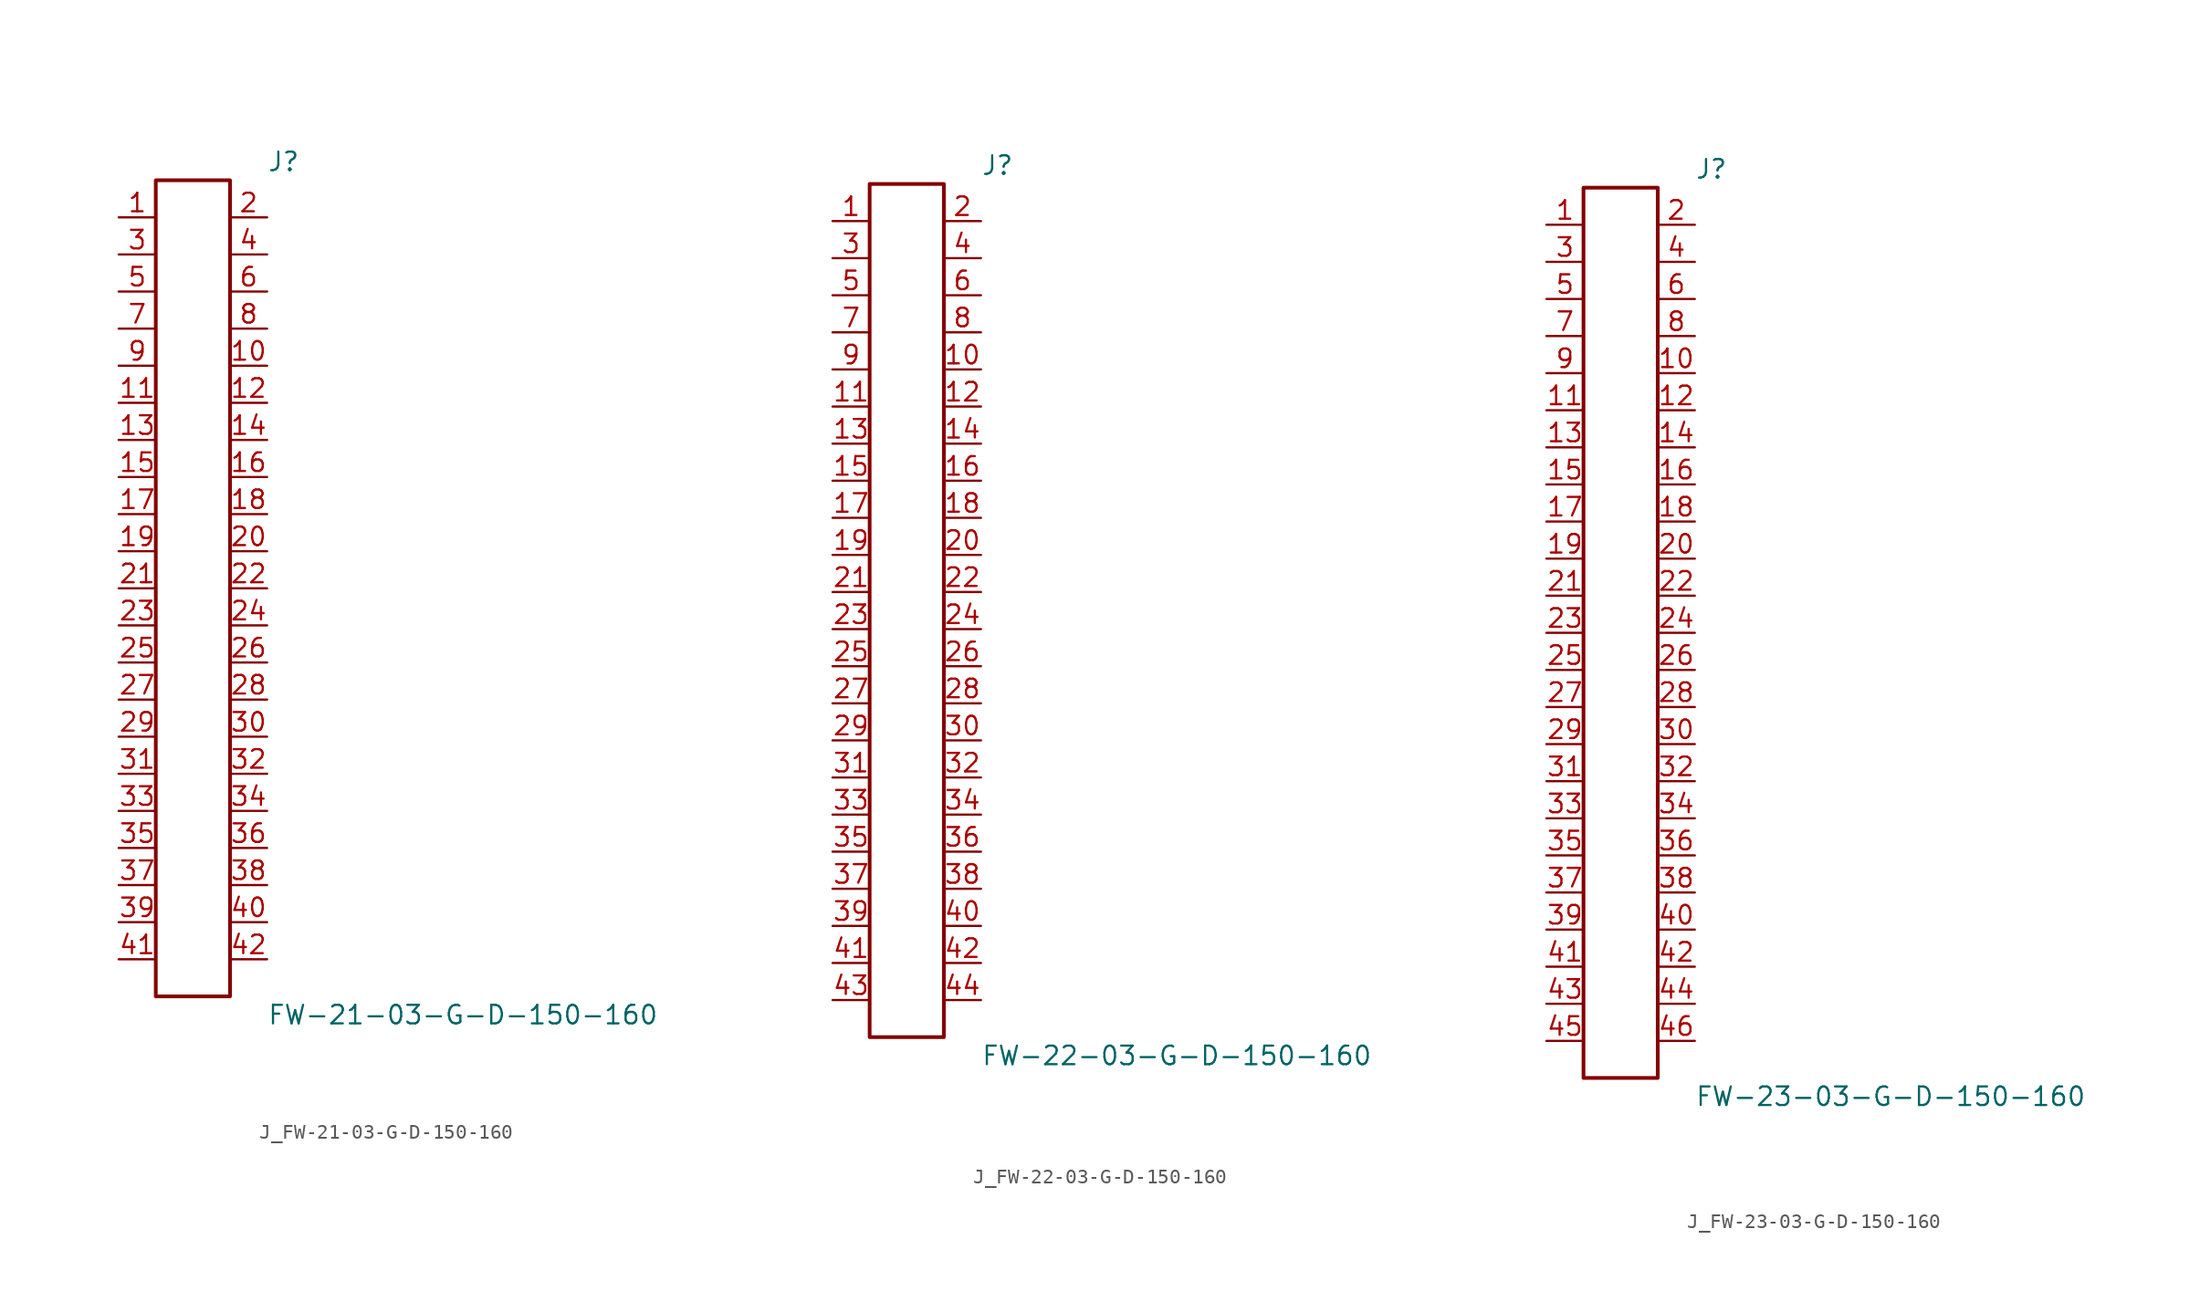
<source format=kicad_sym>
(kicad_symbol_lib
  (version 20231120)
  (generator kicad_symbol_editor)
  (generator_version 8.0)
  (symbol "J_FW-21-03-G-D-150-160"
    (pin_names
      (offset 0.254))
    (property "Reference" "J"
      (at 5.08 29.21 0)
      (effects (font (size 1.27 1.27)) (justify left)))
    (property "Value" "FW-21-03-G-D-150-160"
      (at 5.08 -29.21 0)
      (effects (font (size 1.27 1.27)) (justify left)))
    (symbol "J_FW-21-03-G-D-150-160_0_0"
      (pin passive line (at -5.08 25.4 0) (length 2.54) (name "" (effects (font (size 1.27 1.27)))) (number "1" (effects (font (size 1.27 1.27)))))
      (pin passive line (at 5.08 25.4 180) (length 2.54) (name "" (effects (font (size 1.27 1.27)))) (number "2" (effects (font (size 1.27 1.27)))))
      (pin passive line (at -5.08 22.86 0) (length 2.54) (name "" (effects (font (size 1.27 1.27)))) (number "3" (effects (font (size 1.27 1.27)))))
      (pin passive line (at 5.08 22.86 180) (length 2.54) (name "" (effects (font (size 1.27 1.27)))) (number "4" (effects (font (size 1.27 1.27)))))
      (pin passive line (at -5.08 20.32 0) (length 2.54) (name "" (effects (font (size 1.27 1.27)))) (number "5" (effects (font (size 1.27 1.27)))))
      (pin passive line (at 5.08 20.32 180) (length 2.54) (name "" (effects (font (size 1.27 1.27)))) (number "6" (effects (font (size 1.27 1.27)))))
      (pin passive line (at -5.08 17.78 0) (length 2.54) (name "" (effects (font (size 1.27 1.27)))) (number "7" (effects (font (size 1.27 1.27)))))
      (pin passive line (at 5.08 17.78 180) (length 2.54) (name "" (effects (font (size 1.27 1.27)))) (number "8" (effects (font (size 1.27 1.27)))))
      (pin passive line (at -5.08 15.24 0) (length 2.54) (name "" (effects (font (size 1.27 1.27)))) (number "9" (effects (font (size 1.27 1.27)))))
      (pin passive line (at 5.08 15.24 180) (length 2.54) (name "" (effects (font (size 1.27 1.27)))) (number "10" (effects (font (size 1.27 1.27)))))
      (pin passive line (at -5.08 12.7 0) (length 2.54) (name "" (effects (font (size 1.27 1.27)))) (number "11" (effects (font (size 1.27 1.27)))))
      (pin passive line (at 5.08 12.7 180) (length 2.54) (name "" (effects (font (size 1.27 1.27)))) (number "12" (effects (font (size 1.27 1.27)))))
      (pin passive line (at -5.08 10.16 0) (length 2.54) (name "" (effects (font (size 1.27 1.27)))) (number "13" (effects (font (size 1.27 1.27)))))
      (pin passive line (at 5.08 10.16 180) (length 2.54) (name "" (effects (font (size 1.27 1.27)))) (number "14" (effects (font (size 1.27 1.27)))))
      (pin passive line (at -5.08 7.62 0) (length 2.54) (name "" (effects (font (size 1.27 1.27)))) (number "15" (effects (font (size 1.27 1.27)))))
      (pin passive line (at 5.08 7.62 180) (length 2.54) (name "" (effects (font (size 1.27 1.27)))) (number "16" (effects (font (size 1.27 1.27)))))
      (pin passive line (at -5.08 5.08 0) (length 2.54) (name "" (effects (font (size 1.27 1.27)))) (number "17" (effects (font (size 1.27 1.27)))))
      (pin passive line (at 5.08 5.08 180) (length 2.54) (name "" (effects (font (size 1.27 1.27)))) (number "18" (effects (font (size 1.27 1.27)))))
      (pin passive line (at -5.08 2.54 0) (length 2.54) (name "" (effects (font (size 1.27 1.27)))) (number "19" (effects (font (size 1.27 1.27)))))
      (pin passive line (at 5.08 2.54 180) (length 2.54) (name "" (effects (font (size 1.27 1.27)))) (number "20" (effects (font (size 1.27 1.27)))))
      (pin passive line (at -5.08 0.0 0) (length 2.54) (name "" (effects (font (size 1.27 1.27)))) (number "21" (effects (font (size 1.27 1.27)))))
      (pin passive line (at 5.08 0.0 180) (length 2.54) (name "" (effects (font (size 1.27 1.27)))) (number "22" (effects (font (size 1.27 1.27)))))
      (pin passive line (at -5.08 -2.54 0) (length 2.54) (name "" (effects (font (size 1.27 1.27)))) (number "23" (effects (font (size 1.27 1.27)))))
      (pin passive line (at 5.08 -2.54 180) (length 2.54) (name "" (effects (font (size 1.27 1.27)))) (number "24" (effects (font (size 1.27 1.27)))))
      (pin passive line (at -5.08 -5.08 0) (length 2.54) (name "" (effects (font (size 1.27 1.27)))) (number "25" (effects (font (size 1.27 1.27)))))
      (pin passive line (at 5.08 -5.08 180) (length 2.54) (name "" (effects (font (size 1.27 1.27)))) (number "26" (effects (font (size 1.27 1.27)))))
      (pin passive line (at -5.08 -7.62 0) (length 2.54) (name "" (effects (font (size 1.27 1.27)))) (number "27" (effects (font (size 1.27 1.27)))))
      (pin passive line (at 5.08 -7.62 180) (length 2.54) (name "" (effects (font (size 1.27 1.27)))) (number "28" (effects (font (size 1.27 1.27)))))
      (pin passive line (at -5.08 -10.16 0) (length 2.54) (name "" (effects (font (size 1.27 1.27)))) (number "29" (effects (font (size 1.27 1.27)))))
      (pin passive line (at 5.08 -10.16 180) (length 2.54) (name "" (effects (font (size 1.27 1.27)))) (number "30" (effects (font (size 1.27 1.27)))))
      (pin passive line (at -5.08 -12.7 0) (length 2.54) (name "" (effects (font (size 1.27 1.27)))) (number "31" (effects (font (size 1.27 1.27)))))
      (pin passive line (at 5.08 -12.7 180) (length 2.54) (name "" (effects (font (size 1.27 1.27)))) (number "32" (effects (font (size 1.27 1.27)))))
      (pin passive line (at -5.08 -15.24 0) (length 2.54) (name "" (effects (font (size 1.27 1.27)))) (number "33" (effects (font (size 1.27 1.27)))))
      (pin passive line (at 5.08 -15.24 180) (length 2.54) (name "" (effects (font (size 1.27 1.27)))) (number "34" (effects (font (size 1.27 1.27)))))
      (pin passive line (at -5.08 -17.78 0) (length 2.54) (name "" (effects (font (size 1.27 1.27)))) (number "35" (effects (font (size 1.27 1.27)))))
      (pin passive line (at 5.08 -17.78 180) (length 2.54) (name "" (effects (font (size 1.27 1.27)))) (number "36" (effects (font (size 1.27 1.27)))))
      (pin passive line (at -5.08 -20.32 0) (length 2.54) (name "" (effects (font (size 1.27 1.27)))) (number "37" (effects (font (size 1.27 1.27)))))
      (pin passive line (at 5.08 -20.32 180) (length 2.54) (name "" (effects (font (size 1.27 1.27)))) (number "38" (effects (font (size 1.27 1.27)))))
      (pin passive line (at -5.08 -22.86 0) (length 2.54) (name "" (effects (font (size 1.27 1.27)))) (number "39" (effects (font (size 1.27 1.27)))))
      (pin passive line (at 5.08 -22.86 180) (length 2.54) (name "" (effects (font (size 1.27 1.27)))) (number "40" (effects (font (size 1.27 1.27)))))
      (pin passive line (at -5.08 -25.4 0) (length 2.54) (name "" (effects (font (size 1.27 1.27)))) (number "41" (effects (font (size 1.27 1.27)))))
      (pin passive line (at 5.08 -25.4 180) (length 2.54) (name "" (effects (font (size 1.27 1.27)))) (number "42" (effects (font (size 1.27 1.27))))))
    (symbol "J_FW-21-03-G-D-150-160_1_0"
      (rectangle (start -2.54 27.94) (end 2.54 -27.94) (stroke (width 0.254) (type solid)) (fill (type none)))))
  (symbol "J_FW-22-03-G-D-150-160"
    (pin_names
      (offset 0.254))
    (property "Reference" "J"
      (at 5.08 30.48 0)
      (effects (font (size 1.27 1.27)) (justify left)))
    (property "Value" "FW-22-03-G-D-150-160"
      (at 5.08 -30.48 0)
      (effects (font (size 1.27 1.27)) (justify left)))
    (symbol "J_FW-22-03-G-D-150-160_0_0"
      (pin passive line (at -5.08 26.67 0) (length 2.54) (name "" (effects (font (size 1.27 1.27)))) (number "1" (effects (font (size 1.27 1.27)))))
      (pin passive line (at 5.08 26.67 180) (length 2.54) (name "" (effects (font (size 1.27 1.27)))) (number "2" (effects (font (size 1.27 1.27)))))
      (pin passive line (at -5.08 24.13 0) (length 2.54) (name "" (effects (font (size 1.27 1.27)))) (number "3" (effects (font (size 1.27 1.27)))))
      (pin passive line (at 5.08 24.13 180) (length 2.54) (name "" (effects (font (size 1.27 1.27)))) (number "4" (effects (font (size 1.27 1.27)))))
      (pin passive line (at -5.08 21.59 0) (length 2.54) (name "" (effects (font (size 1.27 1.27)))) (number "5" (effects (font (size 1.27 1.27)))))
      (pin passive line (at 5.08 21.59 180) (length 2.54) (name "" (effects (font (size 1.27 1.27)))) (number "6" (effects (font (size 1.27 1.27)))))
      (pin passive line (at -5.08 19.05 0) (length 2.54) (name "" (effects (font (size 1.27 1.27)))) (number "7" (effects (font (size 1.27 1.27)))))
      (pin passive line (at 5.08 19.05 180) (length 2.54) (name "" (effects (font (size 1.27 1.27)))) (number "8" (effects (font (size 1.27 1.27)))))
      (pin passive line (at -5.08 16.51 0) (length 2.54) (name "" (effects (font (size 1.27 1.27)))) (number "9" (effects (font (size 1.27 1.27)))))
      (pin passive line (at 5.08 16.51 180) (length 2.54) (name "" (effects (font (size 1.27 1.27)))) (number "10" (effects (font (size 1.27 1.27)))))
      (pin passive line (at -5.08 13.97 0) (length 2.54) (name "" (effects (font (size 1.27 1.27)))) (number "11" (effects (font (size 1.27 1.27)))))
      (pin passive line (at 5.08 13.97 180) (length 2.54) (name "" (effects (font (size 1.27 1.27)))) (number "12" (effects (font (size 1.27 1.27)))))
      (pin passive line (at -5.08 11.43 0) (length 2.54) (name "" (effects (font (size 1.27 1.27)))) (number "13" (effects (font (size 1.27 1.27)))))
      (pin passive line (at 5.08 11.43 180) (length 2.54) (name "" (effects (font (size 1.27 1.27)))) (number "14" (effects (font (size 1.27 1.27)))))
      (pin passive line (at -5.08 8.89 0) (length 2.54) (name "" (effects (font (size 1.27 1.27)))) (number "15" (effects (font (size 1.27 1.27)))))
      (pin passive line (at 5.08 8.89 180) (length 2.54) (name "" (effects (font (size 1.27 1.27)))) (number "16" (effects (font (size 1.27 1.27)))))
      (pin passive line (at -5.08 6.35 0) (length 2.54) (name "" (effects (font (size 1.27 1.27)))) (number "17" (effects (font (size 1.27 1.27)))))
      (pin passive line (at 5.08 6.35 180) (length 2.54) (name "" (effects (font (size 1.27 1.27)))) (number "18" (effects (font (size 1.27 1.27)))))
      (pin passive line (at -5.08 3.81 0) (length 2.54) (name "" (effects (font (size 1.27 1.27)))) (number "19" (effects (font (size 1.27 1.27)))))
      (pin passive line (at 5.08 3.81 180) (length 2.54) (name "" (effects (font (size 1.27 1.27)))) (number "20" (effects (font (size 1.27 1.27)))))
      (pin passive line (at -5.08 1.27 0) (length 2.54) (name "" (effects (font (size 1.27 1.27)))) (number "21" (effects (font (size 1.27 1.27)))))
      (pin passive line (at 5.08 1.27 180) (length 2.54) (name "" (effects (font (size 1.27 1.27)))) (number "22" (effects (font (size 1.27 1.27)))))
      (pin passive line (at -5.08 -1.27 0) (length 2.54) (name "" (effects (font (size 1.27 1.27)))) (number "23" (effects (font (size 1.27 1.27)))))
      (pin passive line (at 5.08 -1.27 180) (length 2.54) (name "" (effects (font (size 1.27 1.27)))) (number "24" (effects (font (size 1.27 1.27)))))
      (pin passive line (at -5.08 -3.81 0) (length 2.54) (name "" (effects (font (size 1.27 1.27)))) (number "25" (effects (font (size 1.27 1.27)))))
      (pin passive line (at 5.08 -3.81 180) (length 2.54) (name "" (effects (font (size 1.27 1.27)))) (number "26" (effects (font (size 1.27 1.27)))))
      (pin passive line (at -5.08 -6.35 0) (length 2.54) (name "" (effects (font (size 1.27 1.27)))) (number "27" (effects (font (size 1.27 1.27)))))
      (pin passive line (at 5.08 -6.35 180) (length 2.54) (name "" (effects (font (size 1.27 1.27)))) (number "28" (effects (font (size 1.27 1.27)))))
      (pin passive line (at -5.08 -8.89 0) (length 2.54) (name "" (effects (font (size 1.27 1.27)))) (number "29" (effects (font (size 1.27 1.27)))))
      (pin passive line (at 5.08 -8.89 180) (length 2.54) (name "" (effects (font (size 1.27 1.27)))) (number "30" (effects (font (size 1.27 1.27)))))
      (pin passive line (at -5.08 -11.43 0) (length 2.54) (name "" (effects (font (size 1.27 1.27)))) (number "31" (effects (font (size 1.27 1.27)))))
      (pin passive line (at 5.08 -11.43 180) (length 2.54) (name "" (effects (font (size 1.27 1.27)))) (number "32" (effects (font (size 1.27 1.27)))))
      (pin passive line (at -5.08 -13.97 0) (length 2.54) (name "" (effects (font (size 1.27 1.27)))) (number "33" (effects (font (size 1.27 1.27)))))
      (pin passive line (at 5.08 -13.97 180) (length 2.54) (name "" (effects (font (size 1.27 1.27)))) (number "34" (effects (font (size 1.27 1.27)))))
      (pin passive line (at -5.08 -16.51 0) (length 2.54) (name "" (effects (font (size 1.27 1.27)))) (number "35" (effects (font (size 1.27 1.27)))))
      (pin passive line (at 5.08 -16.51 180) (length 2.54) (name "" (effects (font (size 1.27 1.27)))) (number "36" (effects (font (size 1.27 1.27)))))
      (pin passive line (at -5.08 -19.05 0) (length 2.54) (name "" (effects (font (size 1.27 1.27)))) (number "37" (effects (font (size 1.27 1.27)))))
      (pin passive line (at 5.08 -19.05 180) (length 2.54) (name "" (effects (font (size 1.27 1.27)))) (number "38" (effects (font (size 1.27 1.27)))))
      (pin passive line (at -5.08 -21.59 0) (length 2.54) (name "" (effects (font (size 1.27 1.27)))) (number "39" (effects (font (size 1.27 1.27)))))
      (pin passive line (at 5.08 -21.59 180) (length 2.54) (name "" (effects (font (size 1.27 1.27)))) (number "40" (effects (font (size 1.27 1.27)))))
      (pin passive line (at -5.08 -24.13 0) (length 2.54) (name "" (effects (font (size 1.27 1.27)))) (number "41" (effects (font (size 1.27 1.27)))))
      (pin passive line (at 5.08 -24.13 180) (length 2.54) (name "" (effects (font (size 1.27 1.27)))) (number "42" (effects (font (size 1.27 1.27)))))
      (pin passive line (at -5.08 -26.67 0) (length 2.54) (name "" (effects (font (size 1.27 1.27)))) (number "43" (effects (font (size 1.27 1.27)))))
      (pin passive line (at 5.08 -26.67 180) (length 2.54) (name "" (effects (font (size 1.27 1.27)))) (number "44" (effects (font (size 1.27 1.27))))))
    (symbol "J_FW-22-03-G-D-150-160_1_0"
      (rectangle (start -2.54 29.21) (end 2.54 -29.21) (stroke (width 0.254) (type solid)) (fill (type none)))))
  (symbol "J_FW-23-03-G-D-150-160"
    (pin_names
      (offset 0.254))
    (property "Reference" "J"
      (at 5.08 31.75 0)
      (effects (font (size 1.27 1.27)) (justify left)))
    (property "Value" "FW-23-03-G-D-150-160"
      (at 5.08 -31.75 0)
      (effects (font (size 1.27 1.27)) (justify left)))
    (symbol "J_FW-23-03-G-D-150-160_0_0"
      (pin passive line (at -5.08 27.94 0) (length 2.54) (name "" (effects (font (size 1.27 1.27)))) (number "1" (effects (font (size 1.27 1.27)))))
      (pin passive line (at 5.08 27.94 180) (length 2.54) (name "" (effects (font (size 1.27 1.27)))) (number "2" (effects (font (size 1.27 1.27)))))
      (pin passive line (at -5.08 25.4 0) (length 2.54) (name "" (effects (font (size 1.27 1.27)))) (number "3" (effects (font (size 1.27 1.27)))))
      (pin passive line (at 5.08 25.4 180) (length 2.54) (name "" (effects (font (size 1.27 1.27)))) (number "4" (effects (font (size 1.27 1.27)))))
      (pin passive line (at -5.08 22.86 0) (length 2.54) (name "" (effects (font (size 1.27 1.27)))) (number "5" (effects (font (size 1.27 1.27)))))
      (pin passive line (at 5.08 22.86 180) (length 2.54) (name "" (effects (font (size 1.27 1.27)))) (number "6" (effects (font (size 1.27 1.27)))))
      (pin passive line (at -5.08 20.32 0) (length 2.54) (name "" (effects (font (size 1.27 1.27)))) (number "7" (effects (font (size 1.27 1.27)))))
      (pin passive line (at 5.08 20.32 180) (length 2.54) (name "" (effects (font (size 1.27 1.27)))) (number "8" (effects (font (size 1.27 1.27)))))
      (pin passive line (at -5.08 17.78 0) (length 2.54) (name "" (effects (font (size 1.27 1.27)))) (number "9" (effects (font (size 1.27 1.27)))))
      (pin passive line (at 5.08 17.78 180) (length 2.54) (name "" (effects (font (size 1.27 1.27)))) (number "10" (effects (font (size 1.27 1.27)))))
      (pin passive line (at -5.08 15.24 0) (length 2.54) (name "" (effects (font (size 1.27 1.27)))) (number "11" (effects (font (size 1.27 1.27)))))
      (pin passive line (at 5.08 15.24 180) (length 2.54) (name "" (effects (font (size 1.27 1.27)))) (number "12" (effects (font (size 1.27 1.27)))))
      (pin passive line (at -5.08 12.7 0) (length 2.54) (name "" (effects (font (size 1.27 1.27)))) (number "13" (effects (font (size 1.27 1.27)))))
      (pin passive line (at 5.08 12.7 180) (length 2.54) (name "" (effects (font (size 1.27 1.27)))) (number "14" (effects (font (size 1.27 1.27)))))
      (pin passive line (at -5.08 10.16 0) (length 2.54) (name "" (effects (font (size 1.27 1.27)))) (number "15" (effects (font (size 1.27 1.27)))))
      (pin passive line (at 5.08 10.16 180) (length 2.54) (name "" (effects (font (size 1.27 1.27)))) (number "16" (effects (font (size 1.27 1.27)))))
      (pin passive line (at -5.08 7.62 0) (length 2.54) (name "" (effects (font (size 1.27 1.27)))) (number "17" (effects (font (size 1.27 1.27)))))
      (pin passive line (at 5.08 7.62 180) (length 2.54) (name "" (effects (font (size 1.27 1.27)))) (number "18" (effects (font (size 1.27 1.27)))))
      (pin passive line (at -5.08 5.08 0) (length 2.54) (name "" (effects (font (size 1.27 1.27)))) (number "19" (effects (font (size 1.27 1.27)))))
      (pin passive line (at 5.08 5.08 180) (length 2.54) (name "" (effects (font (size 1.27 1.27)))) (number "20" (effects (font (size 1.27 1.27)))))
      (pin passive line (at -5.08 2.54 0) (length 2.54) (name "" (effects (font (size 1.27 1.27)))) (number "21" (effects (font (size 1.27 1.27)))))
      (pin passive line (at 5.08 2.54 180) (length 2.54) (name "" (effects (font (size 1.27 1.27)))) (number "22" (effects (font (size 1.27 1.27)))))
      (pin passive line (at -5.08 0.0 0) (length 2.54) (name "" (effects (font (size 1.27 1.27)))) (number "23" (effects (font (size 1.27 1.27)))))
      (pin passive line (at 5.08 0.0 180) (length 2.54) (name "" (effects (font (size 1.27 1.27)))) (number "24" (effects (font (size 1.27 1.27)))))
      (pin passive line (at -5.08 -2.54 0) (length 2.54) (name "" (effects (font (size 1.27 1.27)))) (number "25" (effects (font (size 1.27 1.27)))))
      (pin passive line (at 5.08 -2.54 180) (length 2.54) (name "" (effects (font (size 1.27 1.27)))) (number "26" (effects (font (size 1.27 1.27)))))
      (pin passive line (at -5.08 -5.08 0) (length 2.54) (name "" (effects (font (size 1.27 1.27)))) (number "27" (effects (font (size 1.27 1.27)))))
      (pin passive line (at 5.08 -5.08 180) (length 2.54) (name "" (effects (font (size 1.27 1.27)))) (number "28" (effects (font (size 1.27 1.27)))))
      (pin passive line (at -5.08 -7.62 0) (length 2.54) (name "" (effects (font (size 1.27 1.27)))) (number "29" (effects (font (size 1.27 1.27)))))
      (pin passive line (at 5.08 -7.62 180) (length 2.54) (name "" (effects (font (size 1.27 1.27)))) (number "30" (effects (font (size 1.27 1.27)))))
      (pin passive line (at -5.08 -10.16 0) (length 2.54) (name "" (effects (font (size 1.27 1.27)))) (number "31" (effects (font (size 1.27 1.27)))))
      (pin passive line (at 5.08 -10.16 180) (length 2.54) (name "" (effects (font (size 1.27 1.27)))) (number "32" (effects (font (size 1.27 1.27)))))
      (pin passive line (at -5.08 -12.7 0) (length 2.54) (name "" (effects (font (size 1.27 1.27)))) (number "33" (effects (font (size 1.27 1.27)))))
      (pin passive line (at 5.08 -12.7 180) (length 2.54) (name "" (effects (font (size 1.27 1.27)))) (number "34" (effects (font (size 1.27 1.27)))))
      (pin passive line (at -5.08 -15.24 0) (length 2.54) (name "" (effects (font (size 1.27 1.27)))) (number "35" (effects (font (size 1.27 1.27)))))
      (pin passive line (at 5.08 -15.24 180) (length 2.54) (name "" (effects (font (size 1.27 1.27)))) (number "36" (effects (font (size 1.27 1.27)))))
      (pin passive line (at -5.08 -17.78 0) (length 2.54) (name "" (effects (font (size 1.27 1.27)))) (number "37" (effects (font (size 1.27 1.27)))))
      (pin passive line (at 5.08 -17.78 180) (length 2.54) (name "" (effects (font (size 1.27 1.27)))) (number "38" (effects (font (size 1.27 1.27)))))
      (pin passive line (at -5.08 -20.32 0) (length 2.54) (name "" (effects (font (size 1.27 1.27)))) (number "39" (effects (font (size 1.27 1.27)))))
      (pin passive line (at 5.08 -20.32 180) (length 2.54) (name "" (effects (font (size 1.27 1.27)))) (number "40" (effects (font (size 1.27 1.27)))))
      (pin passive line (at -5.08 -22.86 0) (length 2.54) (name "" (effects (font (size 1.27 1.27)))) (number "41" (effects (font (size 1.27 1.27)))))
      (pin passive line (at 5.08 -22.86 180) (length 2.54) (name "" (effects (font (size 1.27 1.27)))) (number "42" (effects (font (size 1.27 1.27)))))
      (pin passive line (at -5.08 -25.4 0) (length 2.54) (name "" (effects (font (size 1.27 1.27)))) (number "43" (effects (font (size 1.27 1.27)))))
      (pin passive line (at 5.08 -25.4 180) (length 2.54) (name "" (effects (font (size 1.27 1.27)))) (number "44" (effects (font (size 1.27 1.27)))))
      (pin passive line (at -5.08 -27.94 0) (length 2.54) (name "" (effects (font (size 1.27 1.27)))) (number "45" (effects (font (size 1.27 1.27)))))
      (pin passive line (at 5.08 -27.94 180) (length 2.54) (name "" (effects (font (size 1.27 1.27)))) (number "46" (effects (font (size 1.27 1.27))))))
    (symbol "J_FW-23-03-G-D-150-160_1_0"
      (rectangle (start -2.54 30.48) (end 2.54 -30.48) (stroke (width 0.254) (type solid)) (fill (type none))))))
</source>
